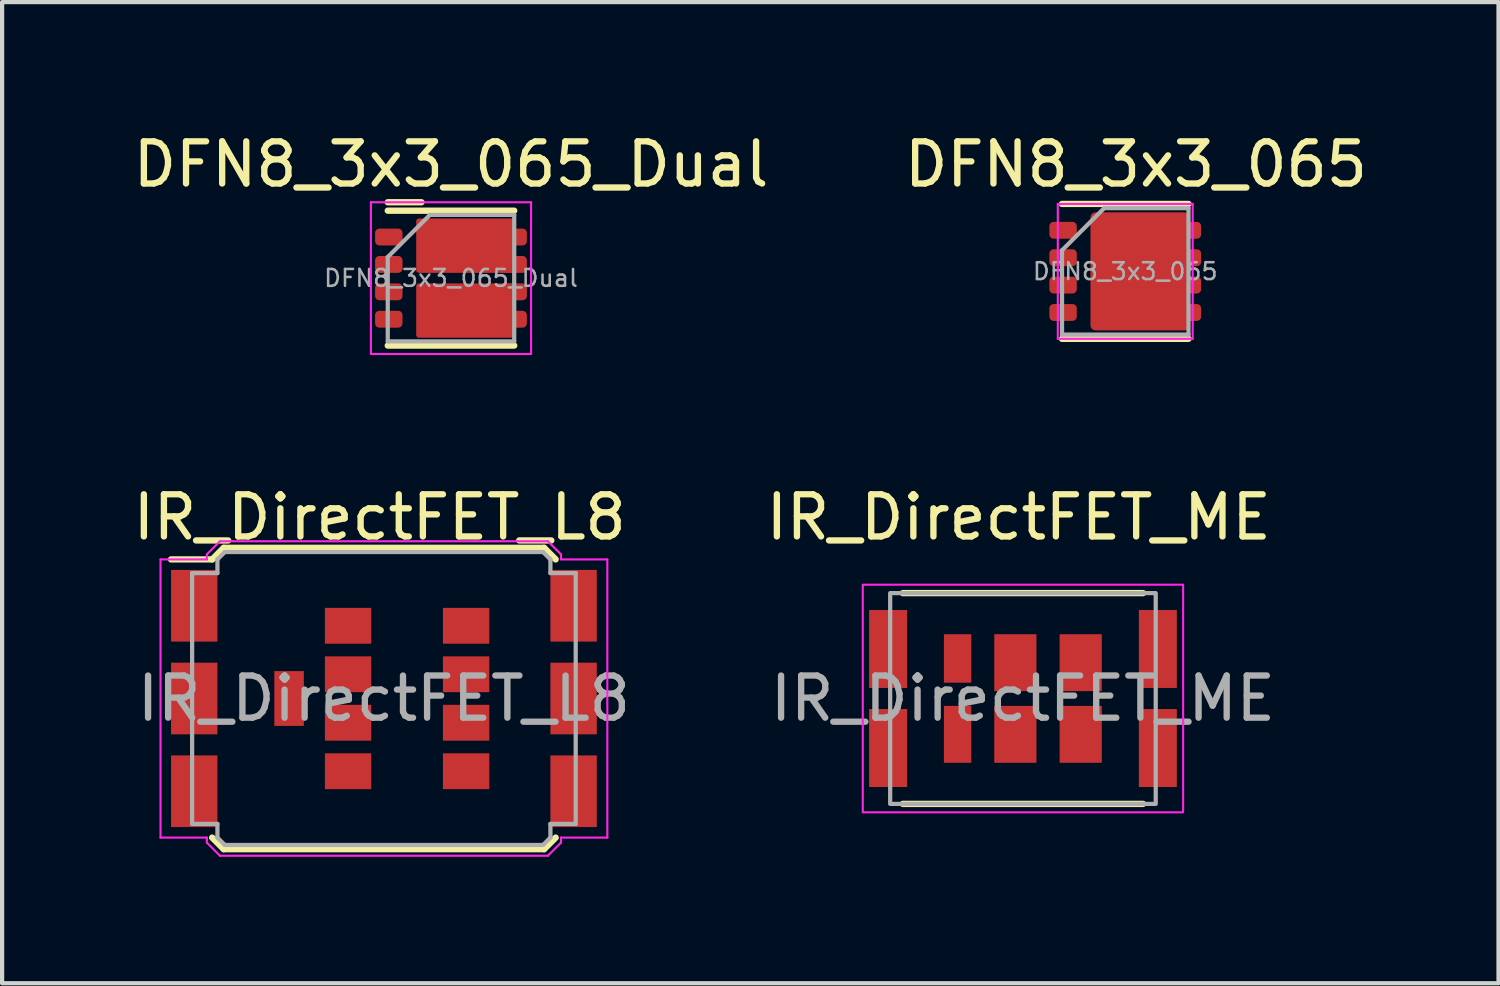
<source format=kicad_pcb>
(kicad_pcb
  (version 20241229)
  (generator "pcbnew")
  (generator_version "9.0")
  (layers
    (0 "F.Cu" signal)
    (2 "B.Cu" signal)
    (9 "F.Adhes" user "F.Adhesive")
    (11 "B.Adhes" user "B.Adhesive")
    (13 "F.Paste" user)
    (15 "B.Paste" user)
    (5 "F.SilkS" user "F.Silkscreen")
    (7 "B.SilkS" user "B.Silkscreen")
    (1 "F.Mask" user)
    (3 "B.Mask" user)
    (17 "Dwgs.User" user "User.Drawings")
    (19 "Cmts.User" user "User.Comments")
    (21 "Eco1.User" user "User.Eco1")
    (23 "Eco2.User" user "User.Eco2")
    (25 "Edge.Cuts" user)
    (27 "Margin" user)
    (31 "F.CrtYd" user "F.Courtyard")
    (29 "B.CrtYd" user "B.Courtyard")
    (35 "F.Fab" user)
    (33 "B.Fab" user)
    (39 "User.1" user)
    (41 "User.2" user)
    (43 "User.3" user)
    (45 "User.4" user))
  (footprint "IR_DirectFET_L8"
    (layer "F.Cu")
    (at 6.058 13.521)
    (property "Reference" "IR_DirectFET_L8" (at -0.1 -4.3 0) (unlocked yes) (layer "F.SilkS") (effects (font (size 1 1) (thickness 0.15))))
    (attr smd)
    (fp_line (start -5.05 -3.3) (end -4.075 -3.3) (stroke (width 0.15) (type solid)) (layer "F.SilkS"))
    (fp_line (start -4.075 -3.3) (end -3.8 -3.575) (stroke (width 0.15) (type solid)) (layer "F.SilkS"))
    (fp_line (start -4.075 3.3) (end -3.8 3.575) (stroke (width 0.15) (type solid)) (layer "F.SilkS"))
    (fp_line (start 3.8 -3.575) (end -3.8 -3.575) (stroke (width 0.15) (type solid)) (layer "F.SilkS"))
    (fp_line (start 3.8 3.575) (end -3.8 3.575) (stroke (width 0.15) (type solid)) (layer "F.SilkS"))
    (fp_line (start 4.075 -3.3) (end 3.8 -3.575) (stroke (width 0.15) (type solid)) (layer "F.SilkS"))
    (fp_line (start 4.075 3.3) (end 3.8 3.575) (stroke (width 0.15) (type solid)) (layer "F.SilkS"))
    (fp_line (start -5.3 -3.3) (end -5.3 3.3) (stroke (width 0.05) (type solid)) (layer "F.CrtYd"))
    (fp_line (start -4.2 -3.42) (end -3.89 -3.73) (stroke (width 0.05) (type solid)) (layer "F.CrtYd"))
    (fp_line (start -4.2 -3.3) (end -5.3 -3.3) (stroke (width 0.05) (type solid)) (layer "F.CrtYd"))
    (fp_line (start -4.2 -3.3) (end -4.2 -3.42) (stroke (width 0.05) (type solid)) (layer "F.CrtYd"))
    (fp_line (start -4.2 3.3) (end -5.3 3.3) (stroke (width 0.05) (type solid)) (layer "F.CrtYd"))
    (fp_line (start -4.2 3.3) (end -4.2 3.42) (stroke (width 0.05) (type solid)) (layer "F.CrtYd"))
    (fp_line (start -4.2 3.42) (end -3.89 3.73) (stroke (width 0.05) (type solid)) (layer "F.CrtYd"))
    (fp_line (start 3.89 -3.73) (end -3.89 -3.73) (stroke (width 0.05) (type solid)) (layer "F.CrtYd"))
    (fp_line (start 3.89 3.73) (end -3.89 3.73) (stroke (width 0.05) (type solid)) (layer "F.CrtYd"))
    (fp_line (start 4.2 -3.42) (end 3.89 -3.73) (stroke (width 0.05) (type solid)) (layer "F.CrtYd"))
    (fp_line (start 4.2 -3.3) (end 4.2 -3.42) (stroke (width 0.05) (type solid)) (layer "F.CrtYd"))
    (fp_line (start 4.2 -3.3) (end 5.3 -3.3) (stroke (width 0.05) (type solid)) (layer "F.CrtYd"))
    (fp_line (start 4.2 3.3) (end 4.2 3.42) (stroke (width 0.05) (type solid)) (layer "F.CrtYd"))
    (fp_line (start 4.2 3.3) (end 5.3 3.3) (stroke (width 0.05) (type solid)) (layer "F.CrtYd"))
    (fp_line (start 4.2 3.42) (end 3.89 3.73) (stroke (width 0.05) (type solid)) (layer "F.CrtYd"))
    (fp_line (start 5.3 -3.3) (end 5.3 3.3) (stroke (width 0.05) (type solid)) (layer "F.CrtYd"))
    (fp_line (start -4.55 -2.975) (end -4.55 2.975) (stroke (width 0.1) (type solid)) (layer "F.Fab"))
    (fp_line (start -4.55 -2.975) (end -3.95 -2.975) (stroke (width 0.1) (type solid)) (layer "F.Fab"))
    (fp_line (start -4.55 2.975) (end -3.95 2.975) (stroke (width 0.1) (type solid)) (layer "F.Fab"))
    (fp_line (start -3.95 -3.3) (end -3.775 -3.475) (stroke (width 0.1) (type solid)) (layer "F.Fab"))
    (fp_line (start -3.95 -2.975) (end -3.95 -3.3) (stroke (width 0.1) (type solid)) (layer "F.Fab"))
    (fp_line (start -3.95 2.975) (end -3.95 3.3) (stroke (width 0.1) (type solid)) (layer "F.Fab"))
    (fp_line (start -3.95 3.3) (end -3.775 3.475) (stroke (width 0.1) (type solid)) (layer "F.Fab"))
    (fp_line (start 3.775 -3.475) (end -3.775 -3.475) (stroke (width 0.1) (type solid)) (layer "F.Fab"))
    (fp_line (start 3.775 3.475) (end -3.775 3.475) (stroke (width 0.1) (type solid)) (layer "F.Fab"))
    (fp_line (start 3.95 -3.3) (end 3.775 -3.475) (stroke (width 0.1) (type solid)) (layer "F.Fab"))
    (fp_line (start 3.95 -2.975) (end 3.95 -3.3) (stroke (width 0.1) (type solid)) (layer "F.Fab"))
    (fp_line (start 3.95 2.975) (end 3.95 3.3) (stroke (width 0.1) (type solid)) (layer "F.Fab"))
    (fp_line (start 3.95 3.3) (end 3.775 3.475) (stroke (width 0.1) (type solid)) (layer "F.Fab"))
    (fp_line (start 4.55 -2.975) (end 3.95 -2.975) (stroke (width 0.1) (type solid)) (layer "F.Fab"))
    (fp_line (start 4.55 -2.975) (end 4.55 2.975) (stroke (width 0.1) (type solid)) (layer "F.Fab"))
    (fp_line (start 4.55 2.975) (end 3.95 2.975) (stroke (width 0.1) (type solid)) (layer "F.Fab"))
    (fp_text user "${REFERENCE}" (at 0 0 0) (layer "F.Fab") (effects (font (size 1 1) (thickness 0.15))))
    (pad "1" smd rect (at -4.5 -2.2) (size 1.1 1.7) (layers "F.Cu" "F.Mask" "F.Paste"))
    (pad "1" smd rect (at -4.5 0) (size 1.1 1.7) (layers "F.Cu" "F.Mask" "F.Paste"))
    (pad "1" smd rect (at -4.5 2.2) (size 1.1 1.7) (layers "F.Cu" "F.Mask" "F.Paste"))
    (pad "1" smd rect (at 4.5 -2.2) (size 1.1 1.7) (layers "F.Cu" "F.Mask" "F.Paste"))
    (pad "1" smd rect (at 4.5 0) (size 1.1 1.7) (layers "F.Cu" "F.Mask" "F.Paste"))
    (pad "1" smd rect (at 4.5 2.2) (size 1.1 1.7) (layers "F.Cu" "F.Mask" "F.Paste"))
    (pad "2" smd rect (at -2.25 0) (size 0.7 1.3) (layers "F.Cu" "F.Mask" "F.Paste"))
    (pad "3" smd rect (at -0.85 -1.725) (size 1.1 0.85) (layers "F.Cu" "F.Mask" "F.Paste"))
    (pad "3" smd rect (at -0.85 -0.575) (size 1.1 0.85) (layers "F.Cu" "F.Mask" "F.Paste"))
    (pad "3" smd rect (at -0.85 0.575) (size 1.1 0.85) (layers "F.Cu" "F.Mask" "F.Paste"))
    (pad "3" smd rect (at -0.85 1.725) (size 1.1 0.85) (layers "F.Cu" "F.Mask" "F.Paste"))
    (pad "3" smd rect (at 1.95 -1.725) (size 1.1 0.85) (layers "F.Cu" "F.Mask" "F.Paste"))
    (pad "3" smd rect (at 1.95 -0.575) (size 1.1 0.85) (layers "F.Cu" "F.Mask" "F.Paste"))
    (pad "3" smd rect (at 1.95 0.575) (size 1.1 0.85) (layers "F.Cu" "F.Mask" "F.Paste"))
    (pad "3" smd rect (at 1.95 1.725) (size 1.1 0.85) (layers "F.Cu" "F.Mask" "F.Paste")))
  (footprint "DFN8_3x3_065"
    (layer "F.Cu")
    (at 23.645 3.388)
    (property "Reference" "DFN8_3x3_065" (at 0.254 -2.54 0) (unlocked yes) (layer "F.SilkS") (effects (font (size 1 1) (thickness 0.15))))
    (attr smd)
    (fp_line (start -1.5 -1.6) (end 1.5 -1.6) (stroke (width 0.15) (type solid)) (layer "F.SilkS"))
    (fp_line (start -1.5 1.6) (end 1.5 1.6) (stroke (width 0.15) (type solid)) (layer "F.SilkS"))
    (fp_line (start -1.6 -1.6) (end -1.6 1.6) (stroke (width 0.05) (type solid)) (layer "F.CrtYd"))
    (fp_line (start -1.6 1.6) (end 1.6 1.6) (stroke (width 0.05) (type solid)) (layer "F.CrtYd"))
    (fp_line (start 1.6 -1.6) (end -1.6 -1.6) (stroke (width 0.05) (type solid)) (layer "F.CrtYd"))
    (fp_line (start 1.6 -1.6) (end 1.6 1.6) (stroke (width 0.05) (type solid)) (layer "F.CrtYd"))
    (fp_line (start -1.5 -0.5) (end -0.5 -1.5) (stroke (width 0.1) (type solid)) (layer "F.Fab"))
    (fp_line (start -1.5 1.5) (end -1.5 -0.5) (stroke (width 0.1) (type solid)) (layer "F.Fab"))
    (fp_line (start -0.5 -1.5) (end 1.5 -1.5) (stroke (width 0.1) (type solid)) (layer "F.Fab"))
    (fp_line (start 1.5 -1.5) (end 1.5 1.5) (stroke (width 0.1) (type solid)) (layer "F.Fab"))
    (fp_line (start 1.5 1.5) (end -1.5 1.5) (stroke (width 0.1) (type solid)) (layer "F.Fab"))
    (fp_text user "${REFERENCE}" (at 0 0 0) (layer "F.Fab") (effects (font (size 0.4 0.4) (thickness 0.06))))
    (pad "" smd rect (at 0.15 0) (size 1.3 2.2) (layers "F.Paste"))
    (pad "1" smd roundrect (at -1.475 -0.975) (size 0.65 0.4) (layers "F.Cu" "F.Mask" "F.Paste") (roundrect_rratio 0.25))
    (pad "1" smd roundrect (at -1.475 -0.325) (size 0.65 0.4) (layers "F.Cu" "F.Mask" "F.Paste") (roundrect_rratio 0.25))
    (pad "1" smd roundrect (at -1.475 0.325) (size 0.65 0.4) (layers "F.Cu" "F.Mask" "F.Paste") (roundrect_rratio 0.25))
    (pad "2" smd roundrect (at -1.475 0.975) (size 0.65 0.4) (layers "F.Cu" "F.Mask" "F.Paste") (roundrect_rratio 0.25))
    (pad "3" smd roundrect (at 0.35 0) (size 2.35 2.8) (layers "F.Cu" "F.Mask") (roundrect_rratio 0.05))
    (pad "3" smd roundrect (at 1.475 -0.975) (size 0.65 0.4) (layers "F.Cu" "F.Mask" "F.Paste") (roundrect_rratio 0.25))
    (pad "3" smd roundrect (at 1.475 -0.325) (size 0.65 0.4) (layers "F.Cu" "F.Mask" "F.Paste") (roundrect_rratio 0.25))
    (pad "3" smd roundrect (at 1.475 0.325) (size 0.65 0.4) (layers "F.Cu" "F.Mask" "F.Paste") (roundrect_rratio 0.25))
    (pad "3" smd roundrect (at 1.475 0.975) (size 0.65 0.4) (layers "F.Cu" "F.Mask" "F.Paste") (roundrect_rratio 0.25)))
  (footprint "DFN8_3x3_065_Dual"
    (layer "F.Cu")
    (at 7.649 3.548)
    (property "Reference" "DFN8_3x3_065_Dual" (at 0 -2.7 0) (unlocked yes) (layer "F.SilkS") (effects (font (size 1 1) (thickness 0.15))))
    (attr smd)
    (fp_line (start -1.5 -1.8) (end -0.7 -1.8) (stroke (width 0.15) (type solid)) (layer "F.SilkS"))
    (fp_line (start -1.5 -1.6) (end 1.5 -1.6) (stroke (width 0.15) (type solid)) (layer "F.SilkS"))
    (fp_line (start -1.5 1.6) (end 1.5 1.6) (stroke (width 0.15) (type solid)) (layer "F.SilkS"))
    (fp_line (start -1.9 -1.8) (end -1.9 1.8) (stroke (width 0.05) (type solid)) (layer "F.CrtYd"))
    (fp_line (start -1.9 1.8) (end 1.9 1.8) (stroke (width 0.05) (type solid)) (layer "F.CrtYd"))
    (fp_line (start 1.9 -1.8) (end -1.9 -1.8) (stroke (width 0.05) (type solid)) (layer "F.CrtYd"))
    (fp_line (start 1.9 -1.8) (end 1.9 1.8) (stroke (width 0.05) (type solid)) (layer "F.CrtYd"))
    (fp_line (start -1.5 -0.5) (end -0.5 -1.5) (stroke (width 0.1) (type solid)) (layer "F.Fab"))
    (fp_line (start -1.5 1.5) (end -1.5 -0.5) (stroke (width 0.1) (type solid)) (layer "F.Fab"))
    (fp_line (start -0.5 -1.5) (end 1.5 -1.5) (stroke (width 0.1) (type solid)) (layer "F.Fab"))
    (fp_line (start 1.5 -1.5) (end 1.5 1.5) (stroke (width 0.1) (type solid)) (layer "F.Fab"))
    (fp_line (start 1.5 1.5) (end -1.5 1.5) (stroke (width 0.1) (type solid)) (layer "F.Fab"))
    (fp_text user "${REFERENCE}" (at 0 0 0) (layer "F.Fab") (effects (font (size 0.4 0.4) (thickness 0.06))))
    (pad "" smd rect (at 0.1 -0.77) (size 1.4 0.9) (layers "F.Paste"))
    (pad "" smd rect (at 0.1 0.77) (size 1.4 0.9) (layers "F.Paste"))
    (pad "1" smd roundrect (at -1.475 -0.975) (size 0.65 0.4) (layers "F.Cu" "F.Mask" "F.Paste") (roundrect_rratio 0.25))
    (pad "2" smd roundrect (at -1.475 -0.325) (size 0.65 0.4) (layers "F.Cu" "F.Mask" "F.Paste") (roundrect_rratio 0.25))
    (pad "3" smd roundrect (at 0.35 -0.77) (size 2.35 1.29) (layers "F.Cu" "F.Mask") (roundrect_rratio 0.05))
    (pad "3" smd roundrect (at 1.475 -0.975) (size 0.65 0.4) (layers "F.Cu" "F.Mask" "F.Paste") (roundrect_rratio 0.25))
    (pad "3" smd roundrect (at 1.475 -0.325) (size 0.65 0.4) (layers "F.Cu" "F.Mask" "F.Paste") (roundrect_rratio 0.25))
    (pad "4" smd roundrect (at -1.475 0.325) (size 0.65 0.4) (layers "F.Cu" "F.Mask" "F.Paste") (roundrect_rratio 0.25))
    (pad "5" smd roundrect (at -1.475 0.975) (size 0.65 0.4) (layers "F.Cu" "F.Mask" "F.Paste") (roundrect_rratio 0.25))
    (pad "6" smd roundrect (at 0.35 0.77) (size 2.35 1.29) (layers "F.Cu" "F.Mask") (roundrect_rratio 0.05))
    (pad "6" smd roundrect (at 1.475 0.325) (size 0.65 0.4) (layers "F.Cu" "F.Mask" "F.Paste") (roundrect_rratio 0.25))
    (pad "6" smd roundrect (at 1.475 0.975) (size 0.65 0.4) (layers "F.Cu" "F.Mask" "F.Paste") (roundrect_rratio 0.25)))
  (footprint "IR_DirectFET_ME"
    (layer "F.Cu")
    (at 21.218 13.521)
    (property "Reference" "IR_DirectFET_ME" (at -0.1 -4.3 0) (unlocked yes) (layer "F.SilkS") (effects (font (size 1 1) (thickness 0.15))))
    (attr smd)
    (fp_line (start 2.85 -2.5) (end -2.85 -2.5) (stroke (width 0.15) (type solid)) (layer "F.SilkS"))
    (fp_line (start 2.85 2.5) (end -2.85 2.5) (stroke (width 0.15) (type solid)) (layer "F.SilkS"))
    (fp_rect (start -3.8 -2.7) (end 3.8 2.7) (stroke (width 0.05) (type solid)) (fill no) (layer "F.CrtYd"))
    (fp_rect (start -3.15 -2.5) (end 3.15 2.5) (stroke (width 0.1) (type solid)) (fill no) (layer "F.Fab"))
    (fp_text user "${REFERENCE}" (at 0 0 0) (layer "F.Fab") (effects (font (size 1 1) (thickness 0.15))))
    (pad "1" smd rect (at -3.2 -1.175) (size 0.9 1.85) (layers "F.Cu" "F.Mask" "F.Paste"))
    (pad "1" smd rect (at -3.2 1.175) (size 0.9 1.85) (layers "F.Cu" "F.Mask" "F.Paste"))
    (pad "1" smd rect (at 3.2 -1.175) (size 0.9 1.85) (layers "F.Cu" "F.Mask" "F.Paste"))
    (pad "1" smd rect (at 3.2 1.175) (size 0.9 1.85) (layers "F.Cu" "F.Mask" "F.Paste"))
    (pad "2" smd rect (at -1.55 -0.95) (size 0.65 1.15) (layers "F.Cu" "F.Mask" "F.Paste"))
    (pad "3" smd rect (at -1.55 0.85 90) (size 1.35 0.65) (layers "F.Cu" "F.Mask" "F.Paste"))
    (pad "3" smd rect (at -0.18 -0.85 90) (size 1.35 1) (layers "F.Cu" "F.Mask" "F.Paste"))
    (pad "3" smd rect (at -0.18 0.85 90) (size 1.35 1) (layers "F.Cu" "F.Mask" "F.Paste"))
    (pad "3" smd rect (at 1.37 -0.85 90) (size 1.35 1) (layers "F.Cu" "F.Mask" "F.Paste"))
    (pad "3" smd rect (at 1.37 0.85 90) (size 1.35 1) (layers "F.Cu" "F.Mask" "F.Paste")))
  (gr_rect
    (start -3 -3)
    (end 32.5 20.276)
    (stroke (width 0.1) (type default))
    (fill no)
    (layer "Edge.Cuts")))
</source>
